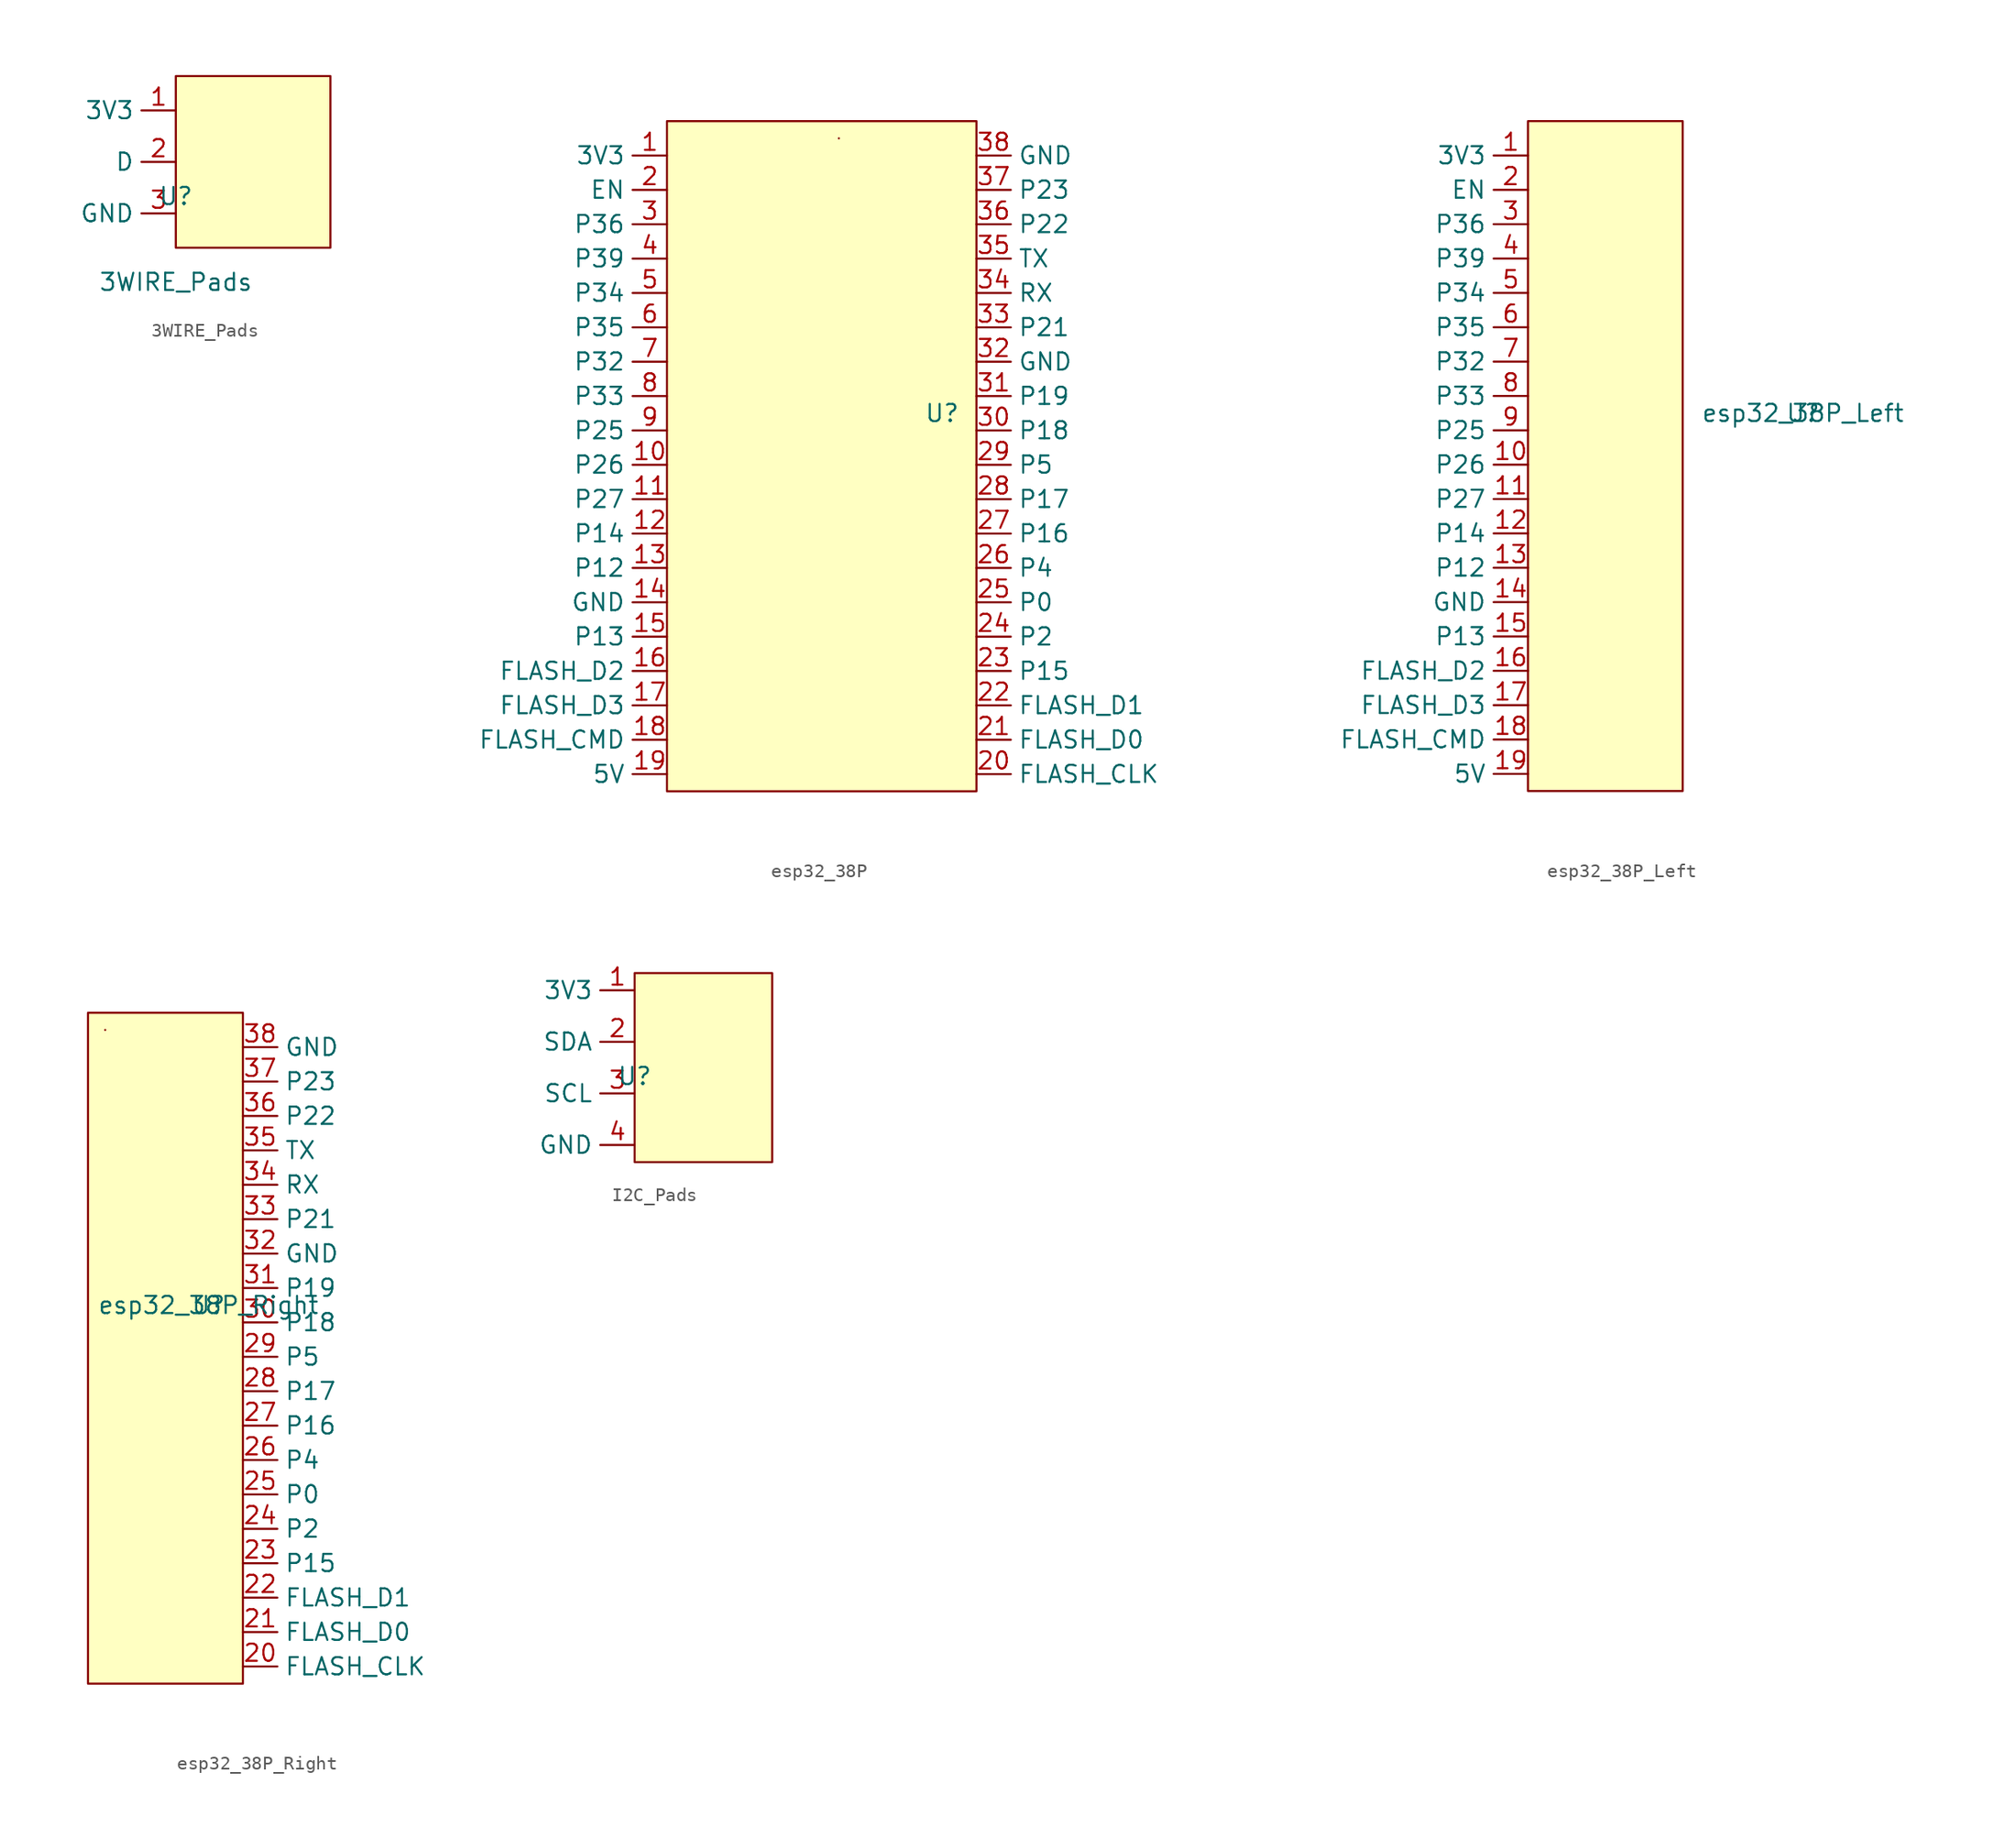
<source format=kicad_sym>
(kicad_symbol_lib
  (version 20220914)
  (generator kicad_symbol_editor)
  (symbol "3WIRE_Pads"
    (property "Reference" "U"
      (at 0 0 0)
      (effects (font (size 1.27 1.27))))
    (property "Value" "3WIRE_Pads"
      (at 0 -6.35 0)
      (effects (font (size 1.27 1.27))))
    (symbol "3WIRE_Pads_1_1"
      (rectangle (start 0 8.89) (end 11.43 -3.81) (stroke (width 0) (type default)) (fill (type background)))
      (pin power_in line (at 0 6.35 180) (length 2.54) (name "3V3" (effects (font (size 1.27 1.27)))) (number "1" (effects (font (size 1.27 1.27)))))
      (pin bidirectional line (at 0 2.54 180) (length 2.54) (name "D" (effects (font (size 1.27 1.27)))) (number "2" (effects (font (size 1.27 1.27)))))
      (pin power_in line (at 0 -1.27 180) (length 2.54) (name "GND" (effects (font (size 1.27 1.27)))) (number "3" (effects (font (size 1.27 1.27)))))))
  (symbol "esp32_38P"
    (property "Reference" "U"
      (at 8.89 5.08 0)
      (effects (font (size 1.27 1.27))))
    (property "Value" ""
      (at 8.89 5.08 0)
      (effects (font (size 1.27 1.27))))
    (symbol "esp32_38P_0_1"
      (rectangle (start 1.27 25.4) (end 1.27 25.4) (stroke (width 0) (type default)) (fill (type none))))
    (symbol "esp32_38P_1_1"
      (rectangle (start -11.43 26.67) (end 11.43 -22.86) (stroke (width 0) (type default)) (fill (type background)))
      (pin power_in line (at -11.43 24.13 180) (length 2.54) (name "3V3" (effects (font (size 1.27 1.27)))) (number "1" (effects (font (size 1.27 1.27)))))
      (pin bidirectional line (at -11.43 1.27 180) (length 2.54) (name "P26" (effects (font (size 1.27 1.27)))) (number "10" (effects (font (size 1.27 1.27)))))
      (pin bidirectional line (at -11.43 -1.27 180) (length 2.54) (name "P27" (effects (font (size 1.27 1.27)))) (number "11" (effects (font (size 1.27 1.27)))))
      (pin bidirectional line (at -11.43 -3.81 180) (length 2.54) (name "P14" (effects (font (size 1.27 1.27)))) (number "12" (effects (font (size 1.27 1.27)))))
      (pin bidirectional line (at -11.43 -6.35 180) (length 2.54) (name "P12" (effects (font (size 1.27 1.27)))) (number "13" (effects (font (size 1.27 1.27)))))
      (pin power_in line (at -11.43 -8.89 180) (length 2.54) (name "GND" (effects (font (size 1.27 1.27)))) (number "14" (effects (font (size 1.27 1.27)))))
      (pin bidirectional line (at -11.43 -11.43 180) (length 2.54) (name "P13" (effects (font (size 1.27 1.27)))) (number "15" (effects (font (size 1.27 1.27)))))
      (pin bidirectional line (at -11.43 -13.97 180) (length 2.54) (name "FLASH_D2" (effects (font (size 1.27 1.27)))) (number "16" (effects (font (size 1.27 1.27)))))
      (pin bidirectional line (at -11.43 -16.51 180) (length 2.54) (name "FLASH_D3" (effects (font (size 1.27 1.27)))) (number "17" (effects (font (size 1.27 1.27)))))
      (pin bidirectional line (at -11.43 -19.05 180) (length 2.54) (name "FLASH_CMD" (effects (font (size 1.27 1.27)))) (number "18" (effects (font (size 1.27 1.27)))))
      (pin power_in line (at -11.43 -21.59 180) (length 2.54) (name "5V" (effects (font (size 1.27 1.27)))) (number "19" (effects (font (size 1.27 1.27)))))
      (pin input line (at -11.43 21.59 180) (length 2.54) (name "EN" (effects (font (size 1.27 1.27)))) (number "2" (effects (font (size 1.27 1.27)))))
      (pin bidirectional line (at 11.43 -21.59 0) (length 2.54) (name "FLASH_CLK" (effects (font (size 1.27 1.27)))) (number "20" (effects (font (size 1.27 1.27)))))
      (pin bidirectional line (at 11.43 -19.05 0) (length 2.54) (name "FLASH_D0" (effects (font (size 1.27 1.27)))) (number "21" (effects (font (size 1.27 1.27)))))
      (pin bidirectional line (at 11.43 -16.51 0) (length 2.54) (name "FLASH_D1" (effects (font (size 1.27 1.27)))) (number "22" (effects (font (size 1.27 1.27)))))
      (pin bidirectional line (at 11.43 -13.97 0) (length 2.54) (name "P15" (effects (font (size 1.27 1.27)))) (number "23" (effects (font (size 1.27 1.27)))))
      (pin bidirectional line (at 11.43 -11.43 0) (length 2.54) (name "P2" (effects (font (size 1.27 1.27)))) (number "24" (effects (font (size 1.27 1.27)))))
      (pin bidirectional line (at 11.43 -8.89 0) (length 2.54) (name "P0" (effects (font (size 1.27 1.27)))) (number "25" (effects (font (size 1.27 1.27)))))
      (pin bidirectional line (at 11.43 -6.35 0) (length 2.54) (name "P4" (effects (font (size 1.27 1.27)))) (number "26" (effects (font (size 1.27 1.27)))))
      (pin bidirectional line (at 11.43 -3.81 0) (length 2.54) (name "P16" (effects (font (size 1.27 1.27)))) (number "27" (effects (font (size 1.27 1.27)))))
      (pin bidirectional line (at 11.43 -1.27 0) (length 2.54) (name "P17" (effects (font (size 1.27 1.27)))) (number "28" (effects (font (size 1.27 1.27)))))
      (pin bidirectional line (at 11.43 1.27 0) (length 2.54) (name "P5" (effects (font (size 1.27 1.27)))) (number "29" (effects (font (size 1.27 1.27)))))
      (pin input line (at -11.43 19.05 180) (length 2.54) (name "P36" (effects (font (size 1.27 1.27)))) (number "3" (effects (font (size 1.27 1.27)))))
      (pin bidirectional line (at 11.43 3.81 0) (length 2.54) (name "P18" (effects (font (size 1.27 1.27)))) (number "30" (effects (font (size 1.27 1.27)))))
      (pin bidirectional line (at 11.43 6.35 0) (length 2.54) (name "P19" (effects (font (size 1.27 1.27)))) (number "31" (effects (font (size 1.27 1.27)))))
      (pin power_in line (at 11.43 8.89 0) (length 2.54) (name "GND" (effects (font (size 1.27 1.27)))) (number "32" (effects (font (size 1.27 1.27)))))
      (pin bidirectional line (at 11.43 11.43 0) (length 2.54) (name "P21" (effects (font (size 1.27 1.27)))) (number "33" (effects (font (size 1.27 1.27)))))
      (pin bidirectional line (at 11.43 13.97 0) (length 2.54) (name "RX" (effects (font (size 1.27 1.27)))) (number "34" (effects (font (size 1.27 1.27)))))
      (pin bidirectional line (at 11.43 16.51 0) (length 2.54) (name "TX" (effects (font (size 1.27 1.27)))) (number "35" (effects (font (size 1.27 1.27)))))
      (pin bidirectional line (at 11.43 19.05 0) (length 2.54) (name "P22" (effects (font (size 1.27 1.27)))) (number "36" (effects (font (size 1.27 1.27)))))
      (pin bidirectional line (at 11.43 21.59 0) (length 2.54) (name "P23" (effects (font (size 1.27 1.27)))) (number "37" (effects (font (size 1.27 1.27)))))
      (pin power_in line (at 11.43 24.13 0) (length 2.54) (name "GND" (effects (font (size 1.27 1.27)))) (number "38" (effects (font (size 1.27 1.27)))))
      (pin input line (at -11.43 16.51 180) (length 2.54) (name "P39" (effects (font (size 1.27 1.27)))) (number "4" (effects (font (size 1.27 1.27)))))
      (pin bidirectional line (at -11.43 13.97 180) (length 2.54) (name "P34" (effects (font (size 1.27 1.27)))) (number "5" (effects (font (size 1.27 1.27)))))
      (pin bidirectional line (at -11.43 11.43 180) (length 2.54) (name "P35" (effects (font (size 1.27 1.27)))) (number "6" (effects (font (size 1.27 1.27)))))
      (pin bidirectional line (at -11.43 8.89 180) (length 2.54) (name "P32" (effects (font (size 1.27 1.27)))) (number "7" (effects (font (size 1.27 1.27)))))
      (pin bidirectional line (at -11.43 6.35 180) (length 2.54) (name "P33" (effects (font (size 1.27 1.27)))) (number "8" (effects (font (size 1.27 1.27)))))
      (pin bidirectional line (at -11.43 3.81 180) (length 2.54) (name "P25" (effects (font (size 1.27 1.27)))) (number "9" (effects (font (size 1.27 1.27)))))))
  (symbol "esp32_38P_Left"
    (property "Reference" "U"
      (at 8.89 5.08 0)
      (effects (font (size 1.27 1.27))))
    (property "Value" "esp32_38P_Left"
      (at 8.89 5.08 0)
      (effects (font (size 1.27 1.27))))
    (symbol "esp32_38P_Left_1_1"
      (rectangle (start -11.43 26.67) (end 0 -22.86) (stroke (width 0) (type default)) (fill (type background)))
      (pin power_in line (at -11.43 24.13 180) (length 2.54) (name "3V3" (effects (font (size 1.27 1.27)))) (number "1" (effects (font (size 1.27 1.27)))))
      (pin bidirectional line (at -11.43 1.27 180) (length 2.54) (name "P26" (effects (font (size 1.27 1.27)))) (number "10" (effects (font (size 1.27 1.27)))))
      (pin bidirectional line (at -11.43 -1.27 180) (length 2.54) (name "P27" (effects (font (size 1.27 1.27)))) (number "11" (effects (font (size 1.27 1.27)))))
      (pin bidirectional line (at -11.43 -3.81 180) (length 2.54) (name "P14" (effects (font (size 1.27 1.27)))) (number "12" (effects (font (size 1.27 1.27)))))
      (pin bidirectional line (at -11.43 -6.35 180) (length 2.54) (name "P12" (effects (font (size 1.27 1.27)))) (number "13" (effects (font (size 1.27 1.27)))))
      (pin power_in line (at -11.43 -8.89 180) (length 2.54) (name "GND" (effects (font (size 1.27 1.27)))) (number "14" (effects (font (size 1.27 1.27)))))
      (pin bidirectional line (at -11.43 -11.43 180) (length 2.54) (name "P13" (effects (font (size 1.27 1.27)))) (number "15" (effects (font (size 1.27 1.27)))))
      (pin bidirectional line (at -11.43 -13.97 180) (length 2.54) (name "FLASH_D2" (effects (font (size 1.27 1.27)))) (number "16" (effects (font (size 1.27 1.27)))))
      (pin bidirectional line (at -11.43 -16.51 180) (length 2.54) (name "FLASH_D3" (effects (font (size 1.27 1.27)))) (number "17" (effects (font (size 1.27 1.27)))))
      (pin bidirectional line (at -11.43 -19.05 180) (length 2.54) (name "FLASH_CMD" (effects (font (size 1.27 1.27)))) (number "18" (effects (font (size 1.27 1.27)))))
      (pin power_in line (at -11.43 -21.59 180) (length 2.54) (name "5V" (effects (font (size 1.27 1.27)))) (number "19" (effects (font (size 1.27 1.27)))))
      (pin input line (at -11.43 21.59 180) (length 2.54) (name "EN" (effects (font (size 1.27 1.27)))) (number "2" (effects (font (size 1.27 1.27)))))
      (pin input line (at -11.43 19.05 180) (length 2.54) (name "P36" (effects (font (size 1.27 1.27)))) (number "3" (effects (font (size 1.27 1.27)))))
      (pin input line (at -11.43 16.51 180) (length 2.54) (name "P39" (effects (font (size 1.27 1.27)))) (number "4" (effects (font (size 1.27 1.27)))))
      (pin bidirectional line (at -11.43 13.97 180) (length 2.54) (name "P34" (effects (font (size 1.27 1.27)))) (number "5" (effects (font (size 1.27 1.27)))))
      (pin bidirectional line (at -11.43 11.43 180) (length 2.54) (name "P35" (effects (font (size 1.27 1.27)))) (number "6" (effects (font (size 1.27 1.27)))))
      (pin bidirectional line (at -11.43 8.89 180) (length 2.54) (name "P32" (effects (font (size 1.27 1.27)))) (number "7" (effects (font (size 1.27 1.27)))))
      (pin bidirectional line (at -11.43 6.35 180) (length 2.54) (name "P33" (effects (font (size 1.27 1.27)))) (number "8" (effects (font (size 1.27 1.27)))))
      (pin bidirectional line (at -11.43 3.81 180) (length 2.54) (name "P25" (effects (font (size 1.27 1.27)))) (number "9" (effects (font (size 1.27 1.27)))))))
  (symbol "esp32_38P_Right"
    (property "Reference" "U"
      (at 8.89 5.08 0)
      (effects (font (size 1.27 1.27))))
    (property "Value" "esp32_38P_Right"
      (at 8.89 5.08 0)
      (effects (font (size 1.27 1.27))))
    (symbol "esp32_38P_Right_0_1"
      (rectangle (start 1.27 25.4) (end 1.27 25.4) (stroke (width 0) (type default)) (fill (type none))))
    (symbol "esp32_38P_Right_1_1"
      (rectangle (start 0 26.67) (end 11.43 -22.86) (stroke (width 0) (type default)) (fill (type background)))
      (pin bidirectional line (at 11.43 -21.59 0) (length 2.54) (name "FLASH_CLK" (effects (font (size 1.27 1.27)))) (number "20" (effects (font (size 1.27 1.27)))))
      (pin bidirectional line (at 11.43 -19.05 0) (length 2.54) (name "FLASH_D0" (effects (font (size 1.27 1.27)))) (number "21" (effects (font (size 1.27 1.27)))))
      (pin bidirectional line (at 11.43 -16.51 0) (length 2.54) (name "FLASH_D1" (effects (font (size 1.27 1.27)))) (number "22" (effects (font (size 1.27 1.27)))))
      (pin bidirectional line (at 11.43 -13.97 0) (length 2.54) (name "P15" (effects (font (size 1.27 1.27)))) (number "23" (effects (font (size 1.27 1.27)))))
      (pin bidirectional line (at 11.43 -11.43 0) (length 2.54) (name "P2" (effects (font (size 1.27 1.27)))) (number "24" (effects (font (size 1.27 1.27)))))
      (pin bidirectional line (at 11.43 -8.89 0) (length 2.54) (name "P0" (effects (font (size 1.27 1.27)))) (number "25" (effects (font (size 1.27 1.27)))))
      (pin bidirectional line (at 11.43 -6.35 0) (length 2.54) (name "P4" (effects (font (size 1.27 1.27)))) (number "26" (effects (font (size 1.27 1.27)))))
      (pin bidirectional line (at 11.43 -3.81 0) (length 2.54) (name "P16" (effects (font (size 1.27 1.27)))) (number "27" (effects (font (size 1.27 1.27)))))
      (pin bidirectional line (at 11.43 -1.27 0) (length 2.54) (name "P17" (effects (font (size 1.27 1.27)))) (number "28" (effects (font (size 1.27 1.27)))))
      (pin bidirectional line (at 11.43 1.27 0) (length 2.54) (name "P5" (effects (font (size 1.27 1.27)))) (number "29" (effects (font (size 1.27 1.27)))))
      (pin bidirectional line (at 11.43 3.81 0) (length 2.54) (name "P18" (effects (font (size 1.27 1.27)))) (number "30" (effects (font (size 1.27 1.27)))))
      (pin bidirectional line (at 11.43 6.35 0) (length 2.54) (name "P19" (effects (font (size 1.27 1.27)))) (number "31" (effects (font (size 1.27 1.27)))))
      (pin power_in line (at 11.43 8.89 0) (length 2.54) (name "GND" (effects (font (size 1.27 1.27)))) (number "32" (effects (font (size 1.27 1.27)))))
      (pin bidirectional line (at 11.43 11.43 0) (length 2.54) (name "P21" (effects (font (size 1.27 1.27)))) (number "33" (effects (font (size 1.27 1.27)))))
      (pin bidirectional line (at 11.43 13.97 0) (length 2.54) (name "RX" (effects (font (size 1.27 1.27)))) (number "34" (effects (font (size 1.27 1.27)))))
      (pin bidirectional line (at 11.43 16.51 0) (length 2.54) (name "TX" (effects (font (size 1.27 1.27)))) (number "35" (effects (font (size 1.27 1.27)))))
      (pin bidirectional line (at 11.43 19.05 0) (length 2.54) (name "P22" (effects (font (size 1.27 1.27)))) (number "36" (effects (font (size 1.27 1.27)))))
      (pin bidirectional line (at 11.43 21.59 0) (length 2.54) (name "P23" (effects (font (size 1.27 1.27)))) (number "37" (effects (font (size 1.27 1.27)))))
      (pin power_in line (at 11.43 24.13 0) (length 2.54) (name "GND" (effects (font (size 1.27 1.27)))) (number "38" (effects (font (size 1.27 1.27)))))))
  (symbol "I2C_Pads"
    (property "Reference" "U"
      (at 0 0 0)
      (effects (font (size 1.27 1.27))))
    (property "Value" ""
      (at 0 0 0)
      (effects (font (size 1.27 1.27))))
    (symbol "I2C_Pads_1_1"
      (rectangle (start 0 7.62) (end 10.16 -6.35) (stroke (width 0) (type default)) (fill (type background)))
      (pin power_in line (at 0 6.35 180) (length 2.54) (name "3V3" (effects (font (size 1.27 1.27)))) (number "1" (effects (font (size 1.27 1.27)))))
      (pin bidirectional line (at 0 2.54 180) (length 2.54) (name "SDA" (effects (font (size 1.27 1.27)))) (number "2" (effects (font (size 1.27 1.27)))))
      (pin bidirectional line (at 0 -1.27 180) (length 2.54) (name "SCL" (effects (font (size 1.27 1.27)))) (number "3" (effects (font (size 1.27 1.27)))))
      (pin power_in line (at 0 -5.08 180) (length 2.54) (name "GND" (effects (font (size 1.27 1.27)))) (number "4" (effects (font (size 1.27 1.27))))))))
</source>
